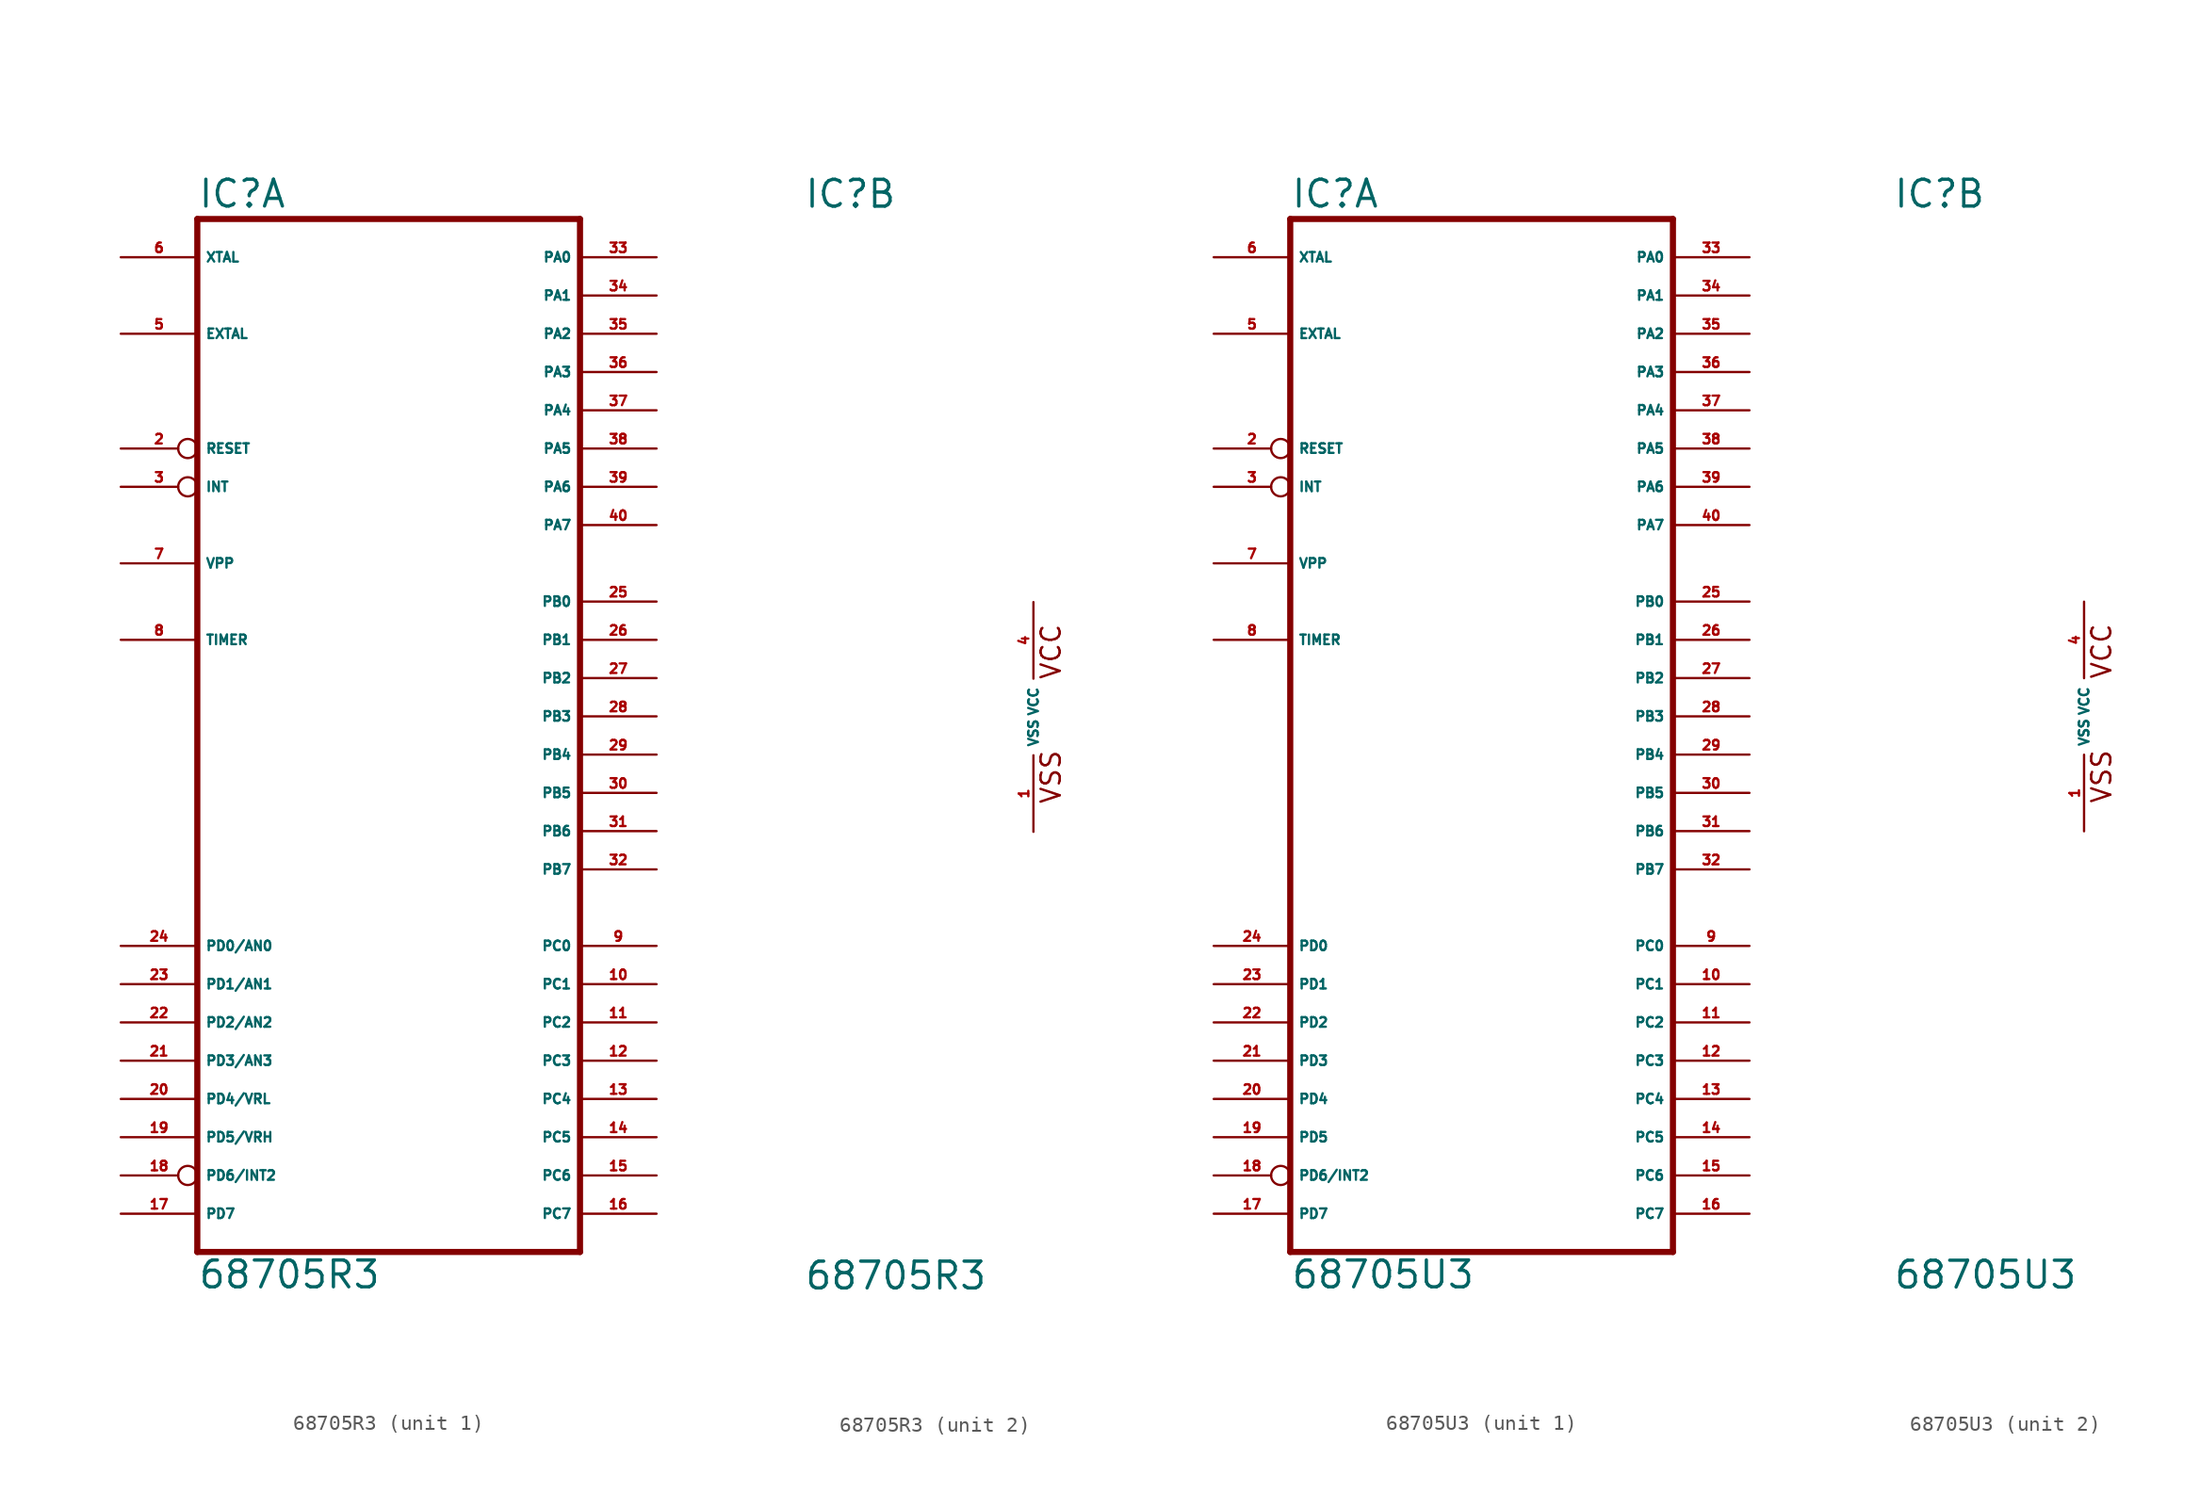
<source format=kicad_sym>
(kicad_symbol_lib
  (version 20220914)
  (generator Eagle2Kicad)
  (symbol "68705R3"
    (property "Reference" "IC"
      (at -15.24 33.655 0)
      (effects (font (size 1.778 1.778) (thickness 0.22)) (justify left bottom)))
    (property "Value" "68705R3"
      (at -15.24 -38.1 0)
      (effects (font (size 1.778 1.778) (thickness 0.22)) (justify left bottom)))
    (symbol "68705R3_1_0"
      (polyline (pts (xy -15.24 -35.56) (xy 10.16 -35.56)) (stroke (width 0.406) (type default)) (fill (type none)))
      (polyline (pts (xy 10.16 -35.56) (xy 10.16 33.02)) (stroke (width 0.406) (type default)) (fill (type none)))
      (polyline (pts (xy 10.16 33.02) (xy -15.24 33.02)) (stroke (width 0.406) (type default)) (fill (type none)))
      (polyline (pts (xy -15.24 33.02) (xy -15.24 -35.56)) (stroke (width 0.406) (type default)) (fill (type none)))
      (pin input inverted (at -20.32 17.78 0) (length 5.08) (name "RESET" (effects (font (size 0.635 0.635) (thickness 0.08)) (justify left bottom))) (number "2" (effects (font (size 0.635 0.635) (thickness 0.08)) (justify left bottom))))
      (pin input inverted (at -20.32 15.24 0) (length 5.08) (name "INT" (effects (font (size 0.635 0.635) (thickness 0.08)) (justify left bottom))) (number "3" (effects (font (size 0.635 0.635) (thickness 0.08)) (justify left bottom))))
      (pin input line (at -20.32 25.4 0) (length 5.08) (name "EXTAL" (effects (font (size 0.635 0.635) (thickness 0.08)) (justify left bottom))) (number "5" (effects (font (size 0.635 0.635) (thickness 0.08)) (justify left bottom))))
      (pin input line (at -20.32 30.48 0) (length 5.08) (name "XTAL" (effects (font (size 0.635 0.635) (thickness 0.08)) (justify left bottom))) (number "6" (effects (font (size 0.635 0.635) (thickness 0.08)) (justify left bottom))))
      (pin input line (at -20.32 10.16 0) (length 5.08) (name "VPP" (effects (font (size 0.635 0.635) (thickness 0.08)) (justify left bottom))) (number "7" (effects (font (size 0.635 0.635) (thickness 0.08)) (justify left bottom))))
      (pin input line (at -20.32 5.08 0) (length 5.08) (name "TIMER" (effects (font (size 0.635 0.635) (thickness 0.08)) (justify left bottom))) (number "8" (effects (font (size 0.635 0.635) (thickness 0.08)) (justify left bottom))))
      (pin bidirectional line (at 15.24 -15.24 180) (length 5.08) (name "PC0" (effects (font (size 0.635 0.635) (thickness 0.08)) (justify left bottom))) (number "9" (effects (font (size 0.635 0.635) (thickness 0.08)) (justify left bottom))))
      (pin bidirectional line (at 15.24 -17.78 180) (length 5.08) (name "PC1" (effects (font (size 0.635 0.635) (thickness 0.08)) (justify left bottom))) (number "10" (effects (font (size 0.635 0.635) (thickness 0.08)) (justify left bottom))))
      (pin bidirectional line (at 15.24 -20.32 180) (length 5.08) (name "PC2" (effects (font (size 0.635 0.635) (thickness 0.08)) (justify left bottom))) (number "11" (effects (font (size 0.635 0.635) (thickness 0.08)) (justify left bottom))))
      (pin bidirectional line (at 15.24 -22.86 180) (length 5.08) (name "PC3" (effects (font (size 0.635 0.635) (thickness 0.08)) (justify left bottom))) (number "12" (effects (font (size 0.635 0.635) (thickness 0.08)) (justify left bottom))))
      (pin bidirectional line (at 15.24 -25.4 180) (length 5.08) (name "PC4" (effects (font (size 0.635 0.635) (thickness 0.08)) (justify left bottom))) (number "13" (effects (font (size 0.635 0.635) (thickness 0.08)) (justify left bottom))))
      (pin bidirectional line (at 15.24 -27.94 180) (length 5.08) (name "PC5" (effects (font (size 0.635 0.635) (thickness 0.08)) (justify left bottom))) (number "14" (effects (font (size 0.635 0.635) (thickness 0.08)) (justify left bottom))))
      (pin bidirectional line (at 15.24 -30.48 180) (length 5.08) (name "PC6" (effects (font (size 0.635 0.635) (thickness 0.08)) (justify left bottom))) (number "15" (effects (font (size 0.635 0.635) (thickness 0.08)) (justify left bottom))))
      (pin bidirectional line (at 15.24 -33.02 180) (length 5.08) (name "PC7" (effects (font (size 0.635 0.635) (thickness 0.08)) (justify left bottom))) (number "16" (effects (font (size 0.635 0.635) (thickness 0.08)) (justify left bottom))))
      (pin input line (at -20.32 -33.02 0) (length 5.08) (name "PD7" (effects (font (size 0.635 0.635) (thickness 0.08)) (justify left bottom))) (number "17" (effects (font (size 0.635 0.635) (thickness 0.08)) (justify left bottom))))
      (pin input inverted (at -20.32 -30.48 0) (length 5.08) (name "PD6/INT2" (effects (font (size 0.635 0.635) (thickness 0.08)) (justify left bottom))) (number "18" (effects (font (size 0.635 0.635) (thickness 0.08)) (justify left bottom))))
      (pin input line (at -20.32 -27.94 0) (length 5.08) (name "PD5/VRH" (effects (font (size 0.635 0.635) (thickness 0.08)) (justify left bottom))) (number "19" (effects (font (size 0.635 0.635) (thickness 0.08)) (justify left bottom))))
      (pin input line (at -20.32 -25.4 0) (length 5.08) (name "PD4/VRL" (effects (font (size 0.635 0.635) (thickness 0.08)) (justify left bottom))) (number "20" (effects (font (size 0.635 0.635) (thickness 0.08)) (justify left bottom))))
      (pin input line (at -20.32 -22.86 0) (length 5.08) (name "PD3/AN3" (effects (font (size 0.635 0.635) (thickness 0.08)) (justify left bottom))) (number "21" (effects (font (size 0.635 0.635) (thickness 0.08)) (justify left bottom))))
      (pin input line (at -20.32 -20.32 0) (length 5.08) (name "PD2/AN2" (effects (font (size 0.635 0.635) (thickness 0.08)) (justify left bottom))) (number "22" (effects (font (size 0.635 0.635) (thickness 0.08)) (justify left bottom))))
      (pin input line (at -20.32 -17.78 0) (length 5.08) (name "PD1/AN1" (effects (font (size 0.635 0.635) (thickness 0.08)) (justify left bottom))) (number "23" (effects (font (size 0.635 0.635) (thickness 0.08)) (justify left bottom))))
      (pin input line (at -20.32 -15.24 0) (length 5.08) (name "PD0/AN0" (effects (font (size 0.635 0.635) (thickness 0.08)) (justify left bottom))) (number "24" (effects (font (size 0.635 0.635) (thickness 0.08)) (justify left bottom))))
      (pin bidirectional line (at 15.24 7.62 180) (length 5.08) (name "PB0" (effects (font (size 0.635 0.635) (thickness 0.08)) (justify left bottom))) (number "25" (effects (font (size 0.635 0.635) (thickness 0.08)) (justify left bottom))))
      (pin bidirectional line (at 15.24 5.08 180) (length 5.08) (name "PB1" (effects (font (size 0.635 0.635) (thickness 0.08)) (justify left bottom))) (number "26" (effects (font (size 0.635 0.635) (thickness 0.08)) (justify left bottom))))
      (pin bidirectional line (at 15.24 2.54 180) (length 5.08) (name "PB2" (effects (font (size 0.635 0.635) (thickness 0.08)) (justify left bottom))) (number "27" (effects (font (size 0.635 0.635) (thickness 0.08)) (justify left bottom))))
      (pin bidirectional line (at 15.24 0 180) (length 5.08) (name "PB3" (effects (font (size 0.635 0.635) (thickness 0.08)) (justify left bottom))) (number "28" (effects (font (size 0.635 0.635) (thickness 0.08)) (justify left bottom))))
      (pin bidirectional line (at 15.24 -2.54 180) (length 5.08) (name "PB4" (effects (font (size 0.635 0.635) (thickness 0.08)) (justify left bottom))) (number "29" (effects (font (size 0.635 0.635) (thickness 0.08)) (justify left bottom))))
      (pin bidirectional line (at 15.24 -5.08 180) (length 5.08) (name "PB5" (effects (font (size 0.635 0.635) (thickness 0.08)) (justify left bottom))) (number "30" (effects (font (size 0.635 0.635) (thickness 0.08)) (justify left bottom))))
      (pin bidirectional line (at 15.24 -7.62 180) (length 5.08) (name "PB6" (effects (font (size 0.635 0.635) (thickness 0.08)) (justify left bottom))) (number "31" (effects (font (size 0.635 0.635) (thickness 0.08)) (justify left bottom))))
      (pin bidirectional line (at 15.24 -10.16 180) (length 5.08) (name "PB7" (effects (font (size 0.635 0.635) (thickness 0.08)) (justify left bottom))) (number "32" (effects (font (size 0.635 0.635) (thickness 0.08)) (justify left bottom))))
      (pin bidirectional line (at 15.24 30.48 180) (length 5.08) (name "PA0" (effects (font (size 0.635 0.635) (thickness 0.08)) (justify left bottom))) (number "33" (effects (font (size 0.635 0.635) (thickness 0.08)) (justify left bottom))))
      (pin bidirectional line (at 15.24 27.94 180) (length 5.08) (name "PA1" (effects (font (size 0.635 0.635) (thickness 0.08)) (justify left bottom))) (number "34" (effects (font (size 0.635 0.635) (thickness 0.08)) (justify left bottom))))
      (pin bidirectional line (at 15.24 25.4 180) (length 5.08) (name "PA2" (effects (font (size 0.635 0.635) (thickness 0.08)) (justify left bottom))) (number "35" (effects (font (size 0.635 0.635) (thickness 0.08)) (justify left bottom))))
      (pin bidirectional line (at 15.24 22.86 180) (length 5.08) (name "PA3" (effects (font (size 0.635 0.635) (thickness 0.08)) (justify left bottom))) (number "36" (effects (font (size 0.635 0.635) (thickness 0.08)) (justify left bottom))))
      (pin bidirectional line (at 15.24 20.32 180) (length 5.08) (name "PA4" (effects (font (size 0.635 0.635) (thickness 0.08)) (justify left bottom))) (number "37" (effects (font (size 0.635 0.635) (thickness 0.08)) (justify left bottom))))
      (pin bidirectional line (at 15.24 17.78 180) (length 5.08) (name "PA5" (effects (font (size 0.635 0.635) (thickness 0.08)) (justify left bottom))) (number "38" (effects (font (size 0.635 0.635) (thickness 0.08)) (justify left bottom))))
      (pin bidirectional line (at 15.24 15.24 180) (length 5.08) (name "PA6" (effects (font (size 0.635 0.635) (thickness 0.08)) (justify left bottom))) (number "39" (effects (font (size 0.635 0.635) (thickness 0.08)) (justify left bottom))))
      (pin bidirectional line (at 15.24 12.7 180) (length 5.08) (name "PA7" (effects (font (size 0.635 0.635) (thickness 0.08)) (justify left bottom))) (number "40" (effects (font (size 0.635 0.635) (thickness 0.08)) (justify left bottom)))))
    (symbol "68705R3_2_0"
      (text "VSS" (at 1.905 -5.842 900) (effects (font (size 1.27 1.27) (thickness 0.16)) (justify left bottom)))
      (text "VCC" (at 1.905 2.413 900) (effects (font (size 1.27 1.27) (thickness 0.16)) (justify left bottom)))
      (pin unspecified line (at 0 -7.62 90) (length 5.08) (name "VSS" (effects (font (size 0.635 0.635) (thickness 0.08)) (justify left bottom))) (number "1" (effects (font (size 0.635 0.635) (thickness 0.08)) (justify left bottom))))
      (pin unspecified line (at 0 7.62 270) (length 5.08) (name "VCC" (effects (font (size 0.635 0.635) (thickness 0.08)) (justify left bottom))) (number "4" (effects (font (size 0.635 0.635) (thickness 0.08)) (justify left bottom))))))
  (symbol "68705U3"
    (property "Reference" "IC"
      (at -12.7 33.655 0)
      (effects (font (size 1.778 1.778) (thickness 0.22)) (justify left bottom)))
    (property "Value" "68705U3"
      (at -12.7 -38.1 0)
      (effects (font (size 1.778 1.778) (thickness 0.22)) (justify left bottom)))
    (symbol "68705U3_1_0"
      (polyline (pts (xy -12.7 -35.56) (xy 12.7 -35.56)) (stroke (width 0.406) (type default)) (fill (type none)))
      (polyline (pts (xy 12.7 -35.56) (xy 12.7 33.02)) (stroke (width 0.406) (type default)) (fill (type none)))
      (polyline (pts (xy 12.7 33.02) (xy -12.7 33.02)) (stroke (width 0.406) (type default)) (fill (type none)))
      (polyline (pts (xy -12.7 33.02) (xy -12.7 -35.56)) (stroke (width 0.406) (type default)) (fill (type none)))
      (pin input inverted (at -17.78 17.78 0) (length 5.08) (name "RESET" (effects (font (size 0.635 0.635) (thickness 0.08)) (justify left bottom))) (number "2" (effects (font (size 0.635 0.635) (thickness 0.08)) (justify left bottom))))
      (pin input inverted (at -17.78 15.24 0) (length 5.08) (name "INT" (effects (font (size 0.635 0.635) (thickness 0.08)) (justify left bottom))) (number "3" (effects (font (size 0.635 0.635) (thickness 0.08)) (justify left bottom))))
      (pin input line (at -17.78 25.4 0) (length 5.08) (name "EXTAL" (effects (font (size 0.635 0.635) (thickness 0.08)) (justify left bottom))) (number "5" (effects (font (size 0.635 0.635) (thickness 0.08)) (justify left bottom))))
      (pin input line (at -17.78 30.48 0) (length 5.08) (name "XTAL" (effects (font (size 0.635 0.635) (thickness 0.08)) (justify left bottom))) (number "6" (effects (font (size 0.635 0.635) (thickness 0.08)) (justify left bottom))))
      (pin input line (at -17.78 10.16 0) (length 5.08) (name "VPP" (effects (font (size 0.635 0.635) (thickness 0.08)) (justify left bottom))) (number "7" (effects (font (size 0.635 0.635) (thickness 0.08)) (justify left bottom))))
      (pin input line (at -17.78 5.08 0) (length 5.08) (name "TIMER" (effects (font (size 0.635 0.635) (thickness 0.08)) (justify left bottom))) (number "8" (effects (font (size 0.635 0.635) (thickness 0.08)) (justify left bottom))))
      (pin bidirectional line (at 17.78 -15.24 180) (length 5.08) (name "PC0" (effects (font (size 0.635 0.635) (thickness 0.08)) (justify left bottom))) (number "9" (effects (font (size 0.635 0.635) (thickness 0.08)) (justify left bottom))))
      (pin bidirectional line (at 17.78 -17.78 180) (length 5.08) (name "PC1" (effects (font (size 0.635 0.635) (thickness 0.08)) (justify left bottom))) (number "10" (effects (font (size 0.635 0.635) (thickness 0.08)) (justify left bottom))))
      (pin bidirectional line (at 17.78 -20.32 180) (length 5.08) (name "PC2" (effects (font (size 0.635 0.635) (thickness 0.08)) (justify left bottom))) (number "11" (effects (font (size 0.635 0.635) (thickness 0.08)) (justify left bottom))))
      (pin bidirectional line (at 17.78 -22.86 180) (length 5.08) (name "PC3" (effects (font (size 0.635 0.635) (thickness 0.08)) (justify left bottom))) (number "12" (effects (font (size 0.635 0.635) (thickness 0.08)) (justify left bottom))))
      (pin bidirectional line (at 17.78 -25.4 180) (length 5.08) (name "PC4" (effects (font (size 0.635 0.635) (thickness 0.08)) (justify left bottom))) (number "13" (effects (font (size 0.635 0.635) (thickness 0.08)) (justify left bottom))))
      (pin bidirectional line (at 17.78 -27.94 180) (length 5.08) (name "PC5" (effects (font (size 0.635 0.635) (thickness 0.08)) (justify left bottom))) (number "14" (effects (font (size 0.635 0.635) (thickness 0.08)) (justify left bottom))))
      (pin bidirectional line (at 17.78 -30.48 180) (length 5.08) (name "PC6" (effects (font (size 0.635 0.635) (thickness 0.08)) (justify left bottom))) (number "15" (effects (font (size 0.635 0.635) (thickness 0.08)) (justify left bottom))))
      (pin bidirectional line (at 17.78 -33.02 180) (length 5.08) (name "PC7" (effects (font (size 0.635 0.635) (thickness 0.08)) (justify left bottom))) (number "16" (effects (font (size 0.635 0.635) (thickness 0.08)) (justify left bottom))))
      (pin input line (at -17.78 -33.02 0) (length 5.08) (name "PD7" (effects (font (size 0.635 0.635) (thickness 0.08)) (justify left bottom))) (number "17" (effects (font (size 0.635 0.635) (thickness 0.08)) (justify left bottom))))
      (pin input inverted (at -17.78 -30.48 0) (length 5.08) (name "PD6/INT2" (effects (font (size 0.635 0.635) (thickness 0.08)) (justify left bottom))) (number "18" (effects (font (size 0.635 0.635) (thickness 0.08)) (justify left bottom))))
      (pin input line (at -17.78 -27.94 0) (length 5.08) (name "PD5" (effects (font (size 0.635 0.635) (thickness 0.08)) (justify left bottom))) (number "19" (effects (font (size 0.635 0.635) (thickness 0.08)) (justify left bottom))))
      (pin input line (at -17.78 -25.4 0) (length 5.08) (name "PD4" (effects (font (size 0.635 0.635) (thickness 0.08)) (justify left bottom))) (number "20" (effects (font (size 0.635 0.635) (thickness 0.08)) (justify left bottom))))
      (pin input line (at -17.78 -22.86 0) (length 5.08) (name "PD3" (effects (font (size 0.635 0.635) (thickness 0.08)) (justify left bottom))) (number "21" (effects (font (size 0.635 0.635) (thickness 0.08)) (justify left bottom))))
      (pin input line (at -17.78 -20.32 0) (length 5.08) (name "PD2" (effects (font (size 0.635 0.635) (thickness 0.08)) (justify left bottom))) (number "22" (effects (font (size 0.635 0.635) (thickness 0.08)) (justify left bottom))))
      (pin input line (at -17.78 -17.78 0) (length 5.08) (name "PD1" (effects (font (size 0.635 0.635) (thickness 0.08)) (justify left bottom))) (number "23" (effects (font (size 0.635 0.635) (thickness 0.08)) (justify left bottom))))
      (pin input line (at -17.78 -15.24 0) (length 5.08) (name "PD0" (effects (font (size 0.635 0.635) (thickness 0.08)) (justify left bottom))) (number "24" (effects (font (size 0.635 0.635) (thickness 0.08)) (justify left bottom))))
      (pin bidirectional line (at 17.78 7.62 180) (length 5.08) (name "PB0" (effects (font (size 0.635 0.635) (thickness 0.08)) (justify left bottom))) (number "25" (effects (font (size 0.635 0.635) (thickness 0.08)) (justify left bottom))))
      (pin bidirectional line (at 17.78 5.08 180) (length 5.08) (name "PB1" (effects (font (size 0.635 0.635) (thickness 0.08)) (justify left bottom))) (number "26" (effects (font (size 0.635 0.635) (thickness 0.08)) (justify left bottom))))
      (pin bidirectional line (at 17.78 2.54 180) (length 5.08) (name "PB2" (effects (font (size 0.635 0.635) (thickness 0.08)) (justify left bottom))) (number "27" (effects (font (size 0.635 0.635) (thickness 0.08)) (justify left bottom))))
      (pin bidirectional line (at 17.78 0 180) (length 5.08) (name "PB3" (effects (font (size 0.635 0.635) (thickness 0.08)) (justify left bottom))) (number "28" (effects (font (size 0.635 0.635) (thickness 0.08)) (justify left bottom))))
      (pin bidirectional line (at 17.78 -2.54 180) (length 5.08) (name "PB4" (effects (font (size 0.635 0.635) (thickness 0.08)) (justify left bottom))) (number "29" (effects (font (size 0.635 0.635) (thickness 0.08)) (justify left bottom))))
      (pin bidirectional line (at 17.78 -5.08 180) (length 5.08) (name "PB5" (effects (font (size 0.635 0.635) (thickness 0.08)) (justify left bottom))) (number "30" (effects (font (size 0.635 0.635) (thickness 0.08)) (justify left bottom))))
      (pin bidirectional line (at 17.78 -7.62 180) (length 5.08) (name "PB6" (effects (font (size 0.635 0.635) (thickness 0.08)) (justify left bottom))) (number "31" (effects (font (size 0.635 0.635) (thickness 0.08)) (justify left bottom))))
      (pin bidirectional line (at 17.78 -10.16 180) (length 5.08) (name "PB7" (effects (font (size 0.635 0.635) (thickness 0.08)) (justify left bottom))) (number "32" (effects (font (size 0.635 0.635) (thickness 0.08)) (justify left bottom))))
      (pin bidirectional line (at 17.78 30.48 180) (length 5.08) (name "PA0" (effects (font (size 0.635 0.635) (thickness 0.08)) (justify left bottom))) (number "33" (effects (font (size 0.635 0.635) (thickness 0.08)) (justify left bottom))))
      (pin bidirectional line (at 17.78 27.94 180) (length 5.08) (name "PA1" (effects (font (size 0.635 0.635) (thickness 0.08)) (justify left bottom))) (number "34" (effects (font (size 0.635 0.635) (thickness 0.08)) (justify left bottom))))
      (pin bidirectional line (at 17.78 25.4 180) (length 5.08) (name "PA2" (effects (font (size 0.635 0.635) (thickness 0.08)) (justify left bottom))) (number "35" (effects (font (size 0.635 0.635) (thickness 0.08)) (justify left bottom))))
      (pin bidirectional line (at 17.78 22.86 180) (length 5.08) (name "PA3" (effects (font (size 0.635 0.635) (thickness 0.08)) (justify left bottom))) (number "36" (effects (font (size 0.635 0.635) (thickness 0.08)) (justify left bottom))))
      (pin bidirectional line (at 17.78 20.32 180) (length 5.08) (name "PA4" (effects (font (size 0.635 0.635) (thickness 0.08)) (justify left bottom))) (number "37" (effects (font (size 0.635 0.635) (thickness 0.08)) (justify left bottom))))
      (pin bidirectional line (at 17.78 17.78 180) (length 5.08) (name "PA5" (effects (font (size 0.635 0.635) (thickness 0.08)) (justify left bottom))) (number "38" (effects (font (size 0.635 0.635) (thickness 0.08)) (justify left bottom))))
      (pin bidirectional line (at 17.78 15.24 180) (length 5.08) (name "PA6" (effects (font (size 0.635 0.635) (thickness 0.08)) (justify left bottom))) (number "39" (effects (font (size 0.635 0.635) (thickness 0.08)) (justify left bottom))))
      (pin bidirectional line (at 17.78 12.7 180) (length 5.08) (name "PA7" (effects (font (size 0.635 0.635) (thickness 0.08)) (justify left bottom))) (number "40" (effects (font (size 0.635 0.635) (thickness 0.08)) (justify left bottom)))))
    (symbol "68705U3_2_0"
      (text "VSS" (at 1.905 -5.842 900) (effects (font (size 1.27 1.27) (thickness 0.16)) (justify left bottom)))
      (text "VCC" (at 1.905 2.413 900) (effects (font (size 1.27 1.27) (thickness 0.16)) (justify left bottom)))
      (pin unspecified line (at 0 -7.62 90) (length 5.08) (name "VSS" (effects (font (size 0.635 0.635) (thickness 0.08)) (justify left bottom))) (number "1" (effects (font (size 0.635 0.635) (thickness 0.08)) (justify left bottom))))
      (pin unspecified line (at 0 7.62 270) (length 5.08) (name "VCC" (effects (font (size 0.635 0.635) (thickness 0.08)) (justify left bottom))) (number "4" (effects (font (size 0.635 0.635) (thickness 0.08)) (justify left bottom)))))))
</source>
